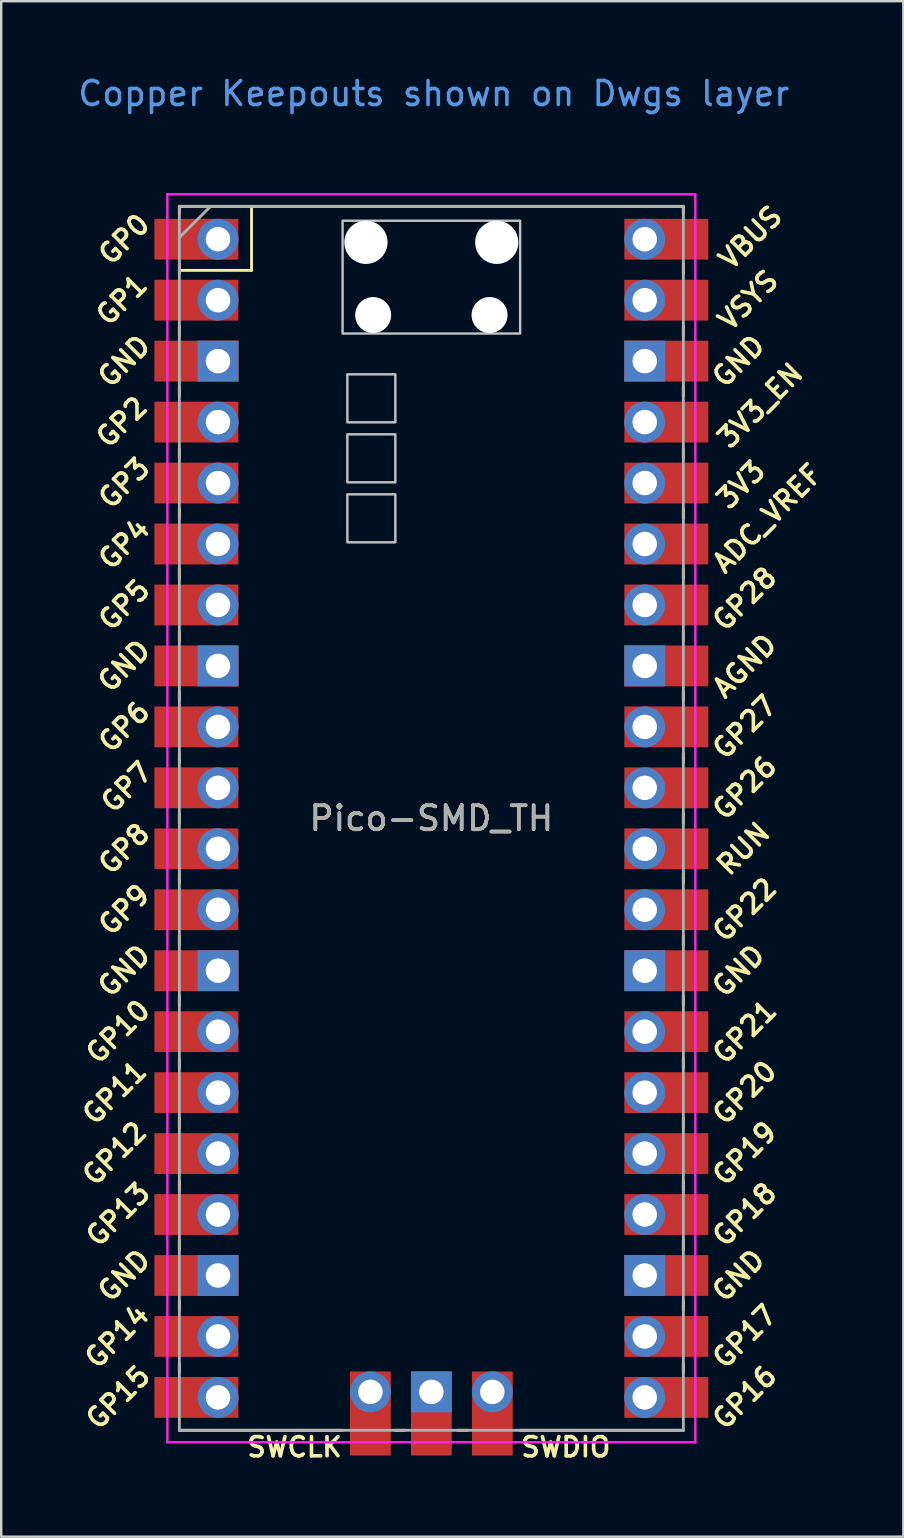
<source format=kicad_pcb>
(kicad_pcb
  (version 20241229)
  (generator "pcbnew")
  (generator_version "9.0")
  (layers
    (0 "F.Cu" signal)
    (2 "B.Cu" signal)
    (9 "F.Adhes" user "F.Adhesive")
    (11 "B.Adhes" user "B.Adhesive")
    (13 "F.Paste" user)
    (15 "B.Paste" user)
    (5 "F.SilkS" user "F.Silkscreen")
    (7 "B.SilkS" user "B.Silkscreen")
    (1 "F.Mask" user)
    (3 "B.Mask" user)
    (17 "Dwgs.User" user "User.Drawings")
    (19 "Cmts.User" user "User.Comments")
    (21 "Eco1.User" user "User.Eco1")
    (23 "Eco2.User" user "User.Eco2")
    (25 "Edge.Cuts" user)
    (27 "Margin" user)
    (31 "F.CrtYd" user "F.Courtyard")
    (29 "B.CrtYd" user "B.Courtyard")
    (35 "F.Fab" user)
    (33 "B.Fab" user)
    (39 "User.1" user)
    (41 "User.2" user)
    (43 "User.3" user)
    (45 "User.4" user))
  (footprint "Pico-SMD_TH"
    (layer "F.Cu")
    (at 14.924 31.048)
    (property "Reference" "Pico-SMD_TH" (at 0 0 0) (layer "F.SilkS") (effects (font (size 1 1) (thickness 0.15))))
    (attr through_hole)
    (fp_line (start -10.5 -25.5) (end -10.5 -25.2) (stroke (width 0.12) (type solid)) (layer "F.SilkS"))
    (fp_line (start -10.5 -25.5) (end 10.5 -25.5) (stroke (width 0.12) (type solid)) (layer "F.SilkS"))
    (fp_line (start -10.5 -23.1) (end -10.5 -22.7) (stroke (width 0.12) (type solid)) (layer "F.SilkS"))
    (fp_line (start -10.5 -22.833) (end -7.493 -22.833) (stroke (width 0.12) (type solid)) (layer "F.SilkS"))
    (fp_line (start -10.5 -20.5) (end -10.5 -20.1) (stroke (width 0.12) (type solid)) (layer "F.SilkS"))
    (fp_line (start -10.5 -18) (end -10.5 -17.6) (stroke (width 0.12) (type solid)) (layer "F.SilkS"))
    (fp_line (start -10.5 -15.4) (end -10.5 -15) (stroke (width 0.12) (type solid)) (layer "F.SilkS"))
    (fp_line (start -10.5 -12.9) (end -10.5 -12.5) (stroke (width 0.12) (type solid)) (layer "F.SilkS"))
    (fp_line (start -10.5 -10.4) (end -10.5 -10) (stroke (width 0.12) (type solid)) (layer "F.SilkS"))
    (fp_line (start -10.5 -7.8) (end -10.5 -7.4) (stroke (width 0.12) (type solid)) (layer "F.SilkS"))
    (fp_line (start -10.5 -5.3) (end -10.5 -4.9) (stroke (width 0.12) (type solid)) (layer "F.SilkS"))
    (fp_line (start -10.5 -2.7) (end -10.5 -2.3) (stroke (width 0.12) (type solid)) (layer "F.SilkS"))
    (fp_line (start -10.5 -0.2) (end -10.5 0.2) (stroke (width 0.12) (type solid)) (layer "F.SilkS"))
    (fp_line (start -10.5 2.3) (end -10.5 2.7) (stroke (width 0.12) (type solid)) (layer "F.SilkS"))
    (fp_line (start -10.5 4.9) (end -10.5 5.3) (stroke (width 0.12) (type solid)) (layer "F.SilkS"))
    (fp_line (start -10.5 7.4) (end -10.5 7.8) (stroke (width 0.12) (type solid)) (layer "F.SilkS"))
    (fp_line (start -10.5 10) (end -10.5 10.4) (stroke (width 0.12) (type solid)) (layer "F.SilkS"))
    (fp_line (start -10.5 12.5) (end -10.5 12.9) (stroke (width 0.12) (type solid)) (layer "F.SilkS"))
    (fp_line (start -10.5 15.1) (end -10.5 15.5) (stroke (width 0.12) (type solid)) (layer "F.SilkS"))
    (fp_line (start -10.5 17.6) (end -10.5 18) (stroke (width 0.12) (type solid)) (layer "F.SilkS"))
    (fp_line (start -10.5 20.1) (end -10.5 20.5) (stroke (width 0.12) (type solid)) (layer "F.SilkS"))
    (fp_line (start -10.5 22.7) (end -10.5 23.1) (stroke (width 0.12) (type solid)) (layer "F.SilkS"))
    (fp_line (start -7.493 -22.833) (end -7.493 -25.5) (stroke (width 0.12) (type solid)) (layer "F.SilkS"))
    (fp_line (start -3.7 25.5) (end -10.5 25.5) (stroke (width 0.12) (type solid)) (layer "F.SilkS"))
    (fp_line (start -1.5 25.5) (end -1.1 25.5) (stroke (width 0.12) (type solid)) (layer "F.SilkS"))
    (fp_line (start 1.1 25.5) (end 1.5 25.5) (stroke (width 0.12) (type solid)) (layer "F.SilkS"))
    (fp_line (start 10.5 -25.5) (end 10.5 -25.2) (stroke (width 0.12) (type solid)) (layer "F.SilkS"))
    (fp_line (start 10.5 -23.1) (end 10.5 -22.7) (stroke (width 0.12) (type solid)) (layer "F.SilkS"))
    (fp_line (start 10.5 -20.5) (end 10.5 -20.1) (stroke (width 0.12) (type solid)) (layer "F.SilkS"))
    (fp_line (start 10.5 -18) (end 10.5 -17.6) (stroke (width 0.12) (type solid)) (layer "F.SilkS"))
    (fp_line (start 10.5 -15.4) (end 10.5 -15) (stroke (width 0.12) (type solid)) (layer "F.SilkS"))
    (fp_line (start 10.5 -12.9) (end 10.5 -12.5) (stroke (width 0.12) (type solid)) (layer "F.SilkS"))
    (fp_line (start 10.5 -10.4) (end 10.5 -10) (stroke (width 0.12) (type solid)) (layer "F.SilkS"))
    (fp_line (start 10.5 -7.8) (end 10.5 -7.4) (stroke (width 0.12) (type solid)) (layer "F.SilkS"))
    (fp_line (start 10.5 -5.3) (end 10.5 -4.9) (stroke (width 0.12) (type solid)) (layer "F.SilkS"))
    (fp_line (start 10.5 -2.7) (end 10.5 -2.3) (stroke (width 0.12) (type solid)) (layer "F.SilkS"))
    (fp_line (start 10.5 -0.2) (end 10.5 0.2) (stroke (width 0.12) (type solid)) (layer "F.SilkS"))
    (fp_line (start 10.5 2.3) (end 10.5 2.7) (stroke (width 0.12) (type solid)) (layer "F.SilkS"))
    (fp_line (start 10.5 4.9) (end 10.5 5.3) (stroke (width 0.12) (type solid)) (layer "F.SilkS"))
    (fp_line (start 10.5 7.4) (end 10.5 7.8) (stroke (width 0.12) (type solid)) (layer "F.SilkS"))
    (fp_line (start 10.5 10) (end 10.5 10.4) (stroke (width 0.12) (type solid)) (layer "F.SilkS"))
    (fp_line (start 10.5 12.5) (end 10.5 12.9) (stroke (width 0.12) (type solid)) (layer "F.SilkS"))
    (fp_line (start 10.5 15.1) (end 10.5 15.5) (stroke (width 0.12) (type solid)) (layer "F.SilkS"))
    (fp_line (start 10.5 17.6) (end 10.5 18) (stroke (width 0.12) (type solid)) (layer "F.SilkS"))
    (fp_line (start 10.5 20.1) (end 10.5 20.5) (stroke (width 0.12) (type solid)) (layer "F.SilkS"))
    (fp_line (start 10.5 22.7) (end 10.5 23.1) (stroke (width 0.12) (type solid)) (layer "F.SilkS"))
    (fp_line (start 10.5 25.5) (end 3.7 25.5) (stroke (width 0.12) (type solid)) (layer "F.SilkS"))
    (fp_poly (pts (xy -1.5 -16.5) (xy -3.5 -16.5) (xy -3.5 -18.5) (xy -1.5 -18.5)) (stroke (width 0.1) (type solid)) (fill no) (layer "Dwgs.User"))
    (fp_poly (pts (xy -1.5 -14) (xy -3.5 -14) (xy -3.5 -16) (xy -1.5 -16)) (stroke (width 0.1) (type solid)) (fill no) (layer "Dwgs.User"))
    (fp_poly (pts (xy -1.5 -11.5) (xy -3.5 -11.5) (xy -3.5 -13.5) (xy -1.5 -13.5)) (stroke (width 0.1) (type solid)) (fill no) (layer "Dwgs.User"))
    (fp_poly (pts (xy 3.7 -20.2) (xy -3.7 -20.2) (xy -3.7 -24.9) (xy 3.7 -24.9)) (stroke (width 0.1) (type solid)) (fill no) (layer "Dwgs.User"))
    (fp_line (start -11 -26) (end 11 -26) (stroke (width 0.1) (type solid)) (layer "F.CrtYd"))
    (fp_line (start -11 26) (end -11 -26) (stroke (width 0.1) (type solid)) (layer "F.CrtYd"))
    (fp_line (start 11 -26) (end 11 26) (stroke (width 0.1) (type solid)) (layer "F.CrtYd"))
    (fp_line (start 11 26) (end -11 26) (stroke (width 0.1) (type solid)) (layer "F.CrtYd"))
    (fp_line (start -10.5 -25.5) (end 10.5 -25.5) (stroke (width 0.12) (type solid)) (layer "F.Fab"))
    (fp_line (start -10.5 -24.2) (end -9.2 -25.5) (stroke (width 0.12) (type solid)) (layer "F.Fab"))
    (fp_line (start -10.5 25.5) (end -10.5 -25.5) (stroke (width 0.12) (type solid)) (layer "F.Fab"))
    (fp_line (start 10.5 -25.5) (end 10.5 25.5) (stroke (width 0.12) (type solid)) (layer "F.Fab"))
    (fp_line (start 10.5 25.5) (end -10.5 25.5) (stroke (width 0.12) (type solid)) (layer "F.Fab"))
    (fp_text user "GP0" (at -12.8 -24.13 45) (layer "F.SilkS") (effects (font (size 0.8 0.8) (thickness 0.15))))
    (fp_text user "GND" (at 12.8 19.05 45) (layer "F.SilkS") (effects (font (size 0.8 0.8) (thickness 0.15))))
    (fp_text user "GND" (at -12.8 -19.05 45) (layer "F.SilkS") (effects (font (size 0.8 0.8) (thickness 0.15))))
    (fp_text user "GND" (at -12.8 -6.35 45) (layer "F.SilkS") (effects (font (size 0.8 0.8) (thickness 0.15))))
    (fp_text user "VBUS" (at 13.3 -24.2 45) (layer "F.SilkS") (effects (font (size 0.8 0.8) (thickness 0.15))))
    (fp_text user "GP12" (at -13.2 13.97 45) (layer "F.SilkS") (effects (font (size 0.8 0.8) (thickness 0.15))))
    (fp_text user "GP28" (at 13.054 -9.144 45) (layer "F.SilkS") (effects (font (size 0.8 0.8) (thickness 0.15))))
    (fp_text user "AGND" (at 13.054 -6.35 45) (layer "F.SilkS") (effects (font (size 0.8 0.8) (thickness 0.15))))
    (fp_text user "GP11" (at -13.2 11.43 45) (layer "F.SilkS") (effects (font (size 0.8 0.8) (thickness 0.15))))
    (fp_text user "GP16" (at 13.054 24.13 45) (layer "F.SilkS") (effects (font (size 0.8 0.8) (thickness 0.15))))
    (fp_text user "GP20" (at 13.054 11.43 45) (layer "F.SilkS") (effects (font (size 0.8 0.8) (thickness 0.15))))
    (fp_text user "GP17" (at 13.054 21.59 45) (layer "F.SilkS") (effects (font (size 0.8 0.8) (thickness 0.15))))
    (fp_text user "GND" (at 12.8 6.35 45) (layer "F.SilkS") (effects (font (size 0.8 0.8) (thickness 0.15))))
    (fp_text user "GP27" (at 13.054 -3.8 45) (layer "F.SilkS") (effects (font (size 0.8 0.8) (thickness 0.15))))
    (fp_text user "GP22" (at 13.054 3.81 45) (layer "F.SilkS") (effects (font (size 0.8 0.8) (thickness 0.15))))
    (fp_text user "GP5" (at -12.8 -8.89 45) (layer "F.SilkS") (effects (font (size 0.8 0.8) (thickness 0.15))))
    (fp_text user "RUN" (at 13 1.27 45) (layer "F.SilkS") (effects (font (size 0.8 0.8) (thickness 0.15))))
    (fp_text user "GP3" (at -12.8 -13.97 45) (layer "F.SilkS") (effects (font (size 0.8 0.8) (thickness 0.15))))
    (fp_text user "GP6" (at -12.8 -3.81 45) (layer "F.SilkS") (effects (font (size 0.8 0.8) (thickness 0.15))))
    (fp_text user "GP4" (at -12.8 -11.43 45) (layer "F.SilkS") (effects (font (size 0.8 0.8) (thickness 0.15))))
    (fp_text user "SWCLK" (at -5.7 26.2 0) (layer "F.SilkS") (effects (font (size 0.8 0.8) (thickness 0.15))))
    (fp_text user "GP18" (at 13.054 16.51 45) (layer "F.SilkS") (effects (font (size 0.8 0.8) (thickness 0.15))))
    (fp_text user "GND" (at 12.8 -19.05 45) (layer "F.SilkS") (effects (font (size 0.8 0.8) (thickness 0.15))))
    (fp_text user "GP13" (at -13.054 16.51 45) (layer "F.SilkS") (effects (font (size 0.8 0.8) (thickness 0.15))))
    (fp_text user "GP26" (at 13.054 -1.27 45) (layer "F.SilkS") (effects (font (size 0.8 0.8) (thickness 0.15))))
    (fp_text user "GP14" (at -13.1 21.59 45) (layer "F.SilkS") (effects (font (size 0.8 0.8) (thickness 0.15))))
    (fp_text user "VSYS" (at 13.2 -21.59 45) (layer "F.SilkS") (effects (font (size 0.8 0.8) (thickness 0.15))))
    (fp_text user "GND" (at -12.8 6.35 45) (layer "F.SilkS") (effects (font (size 0.8 0.8) (thickness 0.15))))
    (fp_text user "GP1" (at -12.9 -21.6 45) (layer "F.SilkS") (effects (font (size 0.8 0.8) (thickness 0.15))))
    (fp_text user "GP10" (at -13.054 8.89 45) (layer "F.SilkS") (effects (font (size 0.8 0.8) (thickness 0.15))))
    (fp_text user "GP2" (at -12.9 -16.51 45) (layer "F.SilkS") (effects (font (size 0.8 0.8) (thickness 0.15))))
    (fp_text user "3V3" (at 12.9 -13.9 45) (layer "F.SilkS") (effects (font (size 0.8 0.8) (thickness 0.15))))
    (fp_text user "GND" (at -12.8 19.05 45) (layer "F.SilkS") (effects (font (size 0.8 0.8) (thickness 0.15))))
    (fp_text user "SWDIO" (at 5.6 26.2 0) (layer "F.SilkS") (effects (font (size 0.8 0.8) (thickness 0.15))))
    (fp_text user "3V3_EN" (at 13.7 -17.2 45) (layer "F.SilkS") (effects (font (size 0.8 0.8) (thickness 0.15))))
    (fp_text user "GP15" (at -13.054 24.13 45) (layer "F.SilkS") (effects (font (size 0.8 0.8) (thickness 0.15))))
    (fp_text user "GP7" (at -12.7 -1.3 45) (layer "F.SilkS") (effects (font (size 0.8 0.8) (thickness 0.15))))
    (fp_text user "ADC_VREF" (at 14 -12.5 45) (layer "F.SilkS") (effects (font (size 0.8 0.8) (thickness 0.15))))
    (fp_text user "GP19" (at 13.054 13.97 45) (layer "F.SilkS") (effects (font (size 0.8 0.8) (thickness 0.15))))
    (fp_text user "GP21" (at 13.054 8.9 45) (layer "F.SilkS") (effects (font (size 0.8 0.8) (thickness 0.15))))
    (fp_text user "GP9" (at -12.8 3.81 45) (layer "F.SilkS") (effects (font (size 0.8 0.8) (thickness 0.15))))
    (fp_text user "GP8" (at -12.8 1.27 45) (layer "F.SilkS") (effects (font (size 0.8 0.8) (thickness 0.15))))
    (fp_text user "Copper Keepouts shown on Dwgs layer" (at 0.1 -30.2 0) (layer "Cmts.User") (effects (font (size 1 1) (thickness 0.15))))
    (fp_text user "${REFERENCE}" (at 0 0 180) (layer "F.Fab") (effects (font (size 1 1) (thickness 0.15))))
    (pad "" np_thru_hole oval (at -2.725 -24) (size 1.8 1.8) (drill 1.8) (layers "*.Cu" "*.Mask"))
    (pad "" np_thru_hole oval (at -2.425 -20.97) (size 1.5 1.5) (drill 1.5) (layers "*.Cu" "*.Mask"))
    (pad "" np_thru_hole oval (at 2.425 -20.97) (size 1.5 1.5) (drill 1.5) (layers "*.Cu" "*.Mask"))
    (pad "" np_thru_hole oval (at 2.725 -24) (size 1.8 1.8) (drill 1.8) (layers "*.Cu" "*.Mask"))
    (pad "1" thru_hole oval (at -8.89 -24.13) (size 1.7 1.7) (drill 1.02) (layers "*.Cu" "*.Mask"))
    (pad "1" smd rect (at -8.89 -24.13) (size 3.5 1.7) (drill (offset -0.9 0)) (layers "F.Cu" "F.Mask"))
    (pad "2" thru_hole oval (at -8.89 -21.59) (size 1.7 1.7) (drill 1.02) (layers "*.Cu" "*.Mask"))
    (pad "2" smd rect (at -8.89 -21.59) (size 3.5 1.7) (drill (offset -0.9 0)) (layers "F.Cu" "F.Mask"))
    (pad "3" thru_hole rect (at -8.89 -19.05) (size 1.7 1.7) (drill 1.02) (layers "*.Cu" "*.Mask"))
    (pad "3" smd rect (at -8.89 -19.05) (size 3.5 1.7) (drill (offset -0.9 0)) (layers "F.Cu" "F.Mask"))
    (pad "4" thru_hole oval (at -8.89 -16.51) (size 1.7 1.7) (drill 1.02) (layers "*.Cu" "*.Mask"))
    (pad "4" smd rect (at -8.89 -16.51) (size 3.5 1.7) (drill (offset -0.9 0)) (layers "F.Cu" "F.Mask"))
    (pad "5" thru_hole oval (at -8.89 -13.97) (size 1.7 1.7) (drill 1.02) (layers "*.Cu" "*.Mask"))
    (pad "5" smd rect (at -8.89 -13.97) (size 3.5 1.7) (drill (offset -0.9 0)) (layers "F.Cu" "F.Mask"))
    (pad "6" thru_hole oval (at -8.89 -11.43) (size 1.7 1.7) (drill 1.02) (layers "*.Cu" "*.Mask"))
    (pad "6" smd rect (at -8.89 -11.43) (size 3.5 1.7) (drill (offset -0.9 0)) (layers "F.Cu" "F.Mask"))
    (pad "7" thru_hole oval (at -8.89 -8.89) (size 1.7 1.7) (drill 1.02) (layers "*.Cu" "*.Mask"))
    (pad "7" smd rect (at -8.89 -8.89) (size 3.5 1.7) (drill (offset -0.9 0)) (layers "F.Cu" "F.Mask"))
    (pad "8" thru_hole rect (at -8.89 -6.35) (size 1.7 1.7) (drill 1.02) (layers "*.Cu" "*.Mask"))
    (pad "8" smd rect (at -8.89 -6.35) (size 3.5 1.7) (drill (offset -0.9 0)) (layers "F.Cu" "F.Mask"))
    (pad "9" thru_hole oval (at -8.89 -3.81) (size 1.7 1.7) (drill 1.02) (layers "*.Cu" "*.Mask"))
    (pad "9" smd rect (at -8.89 -3.81) (size 3.5 1.7) (drill (offset -0.9 0)) (layers "F.Cu" "F.Mask"))
    (pad "10" thru_hole oval (at -8.89 -1.27) (size 1.7 1.7) (drill 1.02) (layers "*.Cu" "*.Mask"))
    (pad "10" smd rect (at -8.89 -1.27) (size 3.5 1.7) (drill (offset -0.9 0)) (layers "F.Cu" "F.Mask"))
    (pad "11" thru_hole oval (at -8.89 1.27) (size 1.7 1.7) (drill 1.02) (layers "*.Cu" "*.Mask"))
    (pad "11" smd rect (at -8.89 1.27) (size 3.5 1.7) (drill (offset -0.9 0)) (layers "F.Cu" "F.Mask"))
    (pad "12" thru_hole oval (at -8.89 3.81) (size 1.7 1.7) (drill 1.02) (layers "*.Cu" "*.Mask"))
    (pad "12" smd rect (at -8.89 3.81) (size 3.5 1.7) (drill (offset -0.9 0)) (layers "F.Cu" "F.Mask"))
    (pad "13" thru_hole rect (at -8.89 6.35) (size 1.7 1.7) (drill 1.02) (layers "*.Cu" "*.Mask"))
    (pad "13" smd rect (at -8.89 6.35) (size 3.5 1.7) (drill (offset -0.9 0)) (layers "F.Cu" "F.Mask"))
    (pad "14" thru_hole oval (at -8.89 8.89) (size 1.7 1.7) (drill 1.02) (layers "*.Cu" "*.Mask"))
    (pad "14" smd rect (at -8.89 8.89) (size 3.5 1.7) (drill (offset -0.9 0)) (layers "F.Cu" "F.Mask"))
    (pad "15" thru_hole oval (at -8.89 11.43) (size 1.7 1.7) (drill 1.02) (layers "*.Cu" "*.Mask"))
    (pad "15" smd rect (at -8.89 11.43) (size 3.5 1.7) (drill (offset -0.9 0)) (layers "F.Cu" "F.Mask"))
    (pad "16" thru_hole oval (at -8.89 13.97) (size 1.7 1.7) (drill 1.02) (layers "*.Cu" "*.Mask"))
    (pad "16" smd rect (at -8.89 13.97) (size 3.5 1.7) (drill (offset -0.9 0)) (layers "F.Cu" "F.Mask"))
    (pad "17" thru_hole oval (at -8.89 16.51) (size 1.7 1.7) (drill 1.02) (layers "*.Cu" "*.Mask"))
    (pad "17" smd rect (at -8.89 16.51) (size 3.5 1.7) (drill (offset -0.9 0)) (layers "F.Cu" "F.Mask"))
    (pad "18" thru_hole rect (at -8.89 19.05) (size 1.7 1.7) (drill 1.02) (layers "*.Cu" "*.Mask"))
    (pad "18" smd rect (at -8.89 19.05) (size 3.5 1.7) (drill (offset -0.9 0)) (layers "F.Cu" "F.Mask"))
    (pad "19" thru_hole oval (at -8.89 21.59) (size 1.7 1.7) (drill 1.02) (layers "*.Cu" "*.Mask"))
    (pad "19" smd rect (at -8.89 21.59) (size 3.5 1.7) (drill (offset -0.9 0)) (layers "F.Cu" "F.Mask"))
    (pad "20" thru_hole oval (at -8.89 24.13) (size 1.7 1.7) (drill 1.02) (layers "*.Cu" "*.Mask"))
    (pad "20" smd rect (at -8.89 24.13) (size 3.5 1.7) (drill (offset -0.9 0)) (layers "F.Cu" "F.Mask"))
    (pad "21" thru_hole oval (at 8.89 24.13) (size 1.7 1.7) (drill 1.02) (layers "*.Cu" "*.Mask"))
    (pad "21" smd rect (at 8.89 24.13) (size 3.5 1.7) (drill (offset 0.9 0)) (layers "F.Cu" "F.Mask"))
    (pad "22" thru_hole oval (at 8.89 21.59) (size 1.7 1.7) (drill 1.02) (layers "*.Cu" "*.Mask"))
    (pad "22" smd rect (at 8.89 21.59) (size 3.5 1.7) (drill (offset 0.9 0)) (layers "F.Cu" "F.Mask"))
    (pad "23" thru_hole rect (at 8.89 19.05) (size 1.7 1.7) (drill 1.02) (layers "*.Cu" "*.Mask"))
    (pad "23" smd rect (at 8.89 19.05) (size 3.5 1.7) (drill (offset 0.9 0)) (layers "F.Cu" "F.Mask"))
    (pad "24" thru_hole oval (at 8.89 16.51) (size 1.7 1.7) (drill 1.02) (layers "*.Cu" "*.Mask"))
    (pad "24" smd rect (at 8.89 16.51) (size 3.5 1.7) (drill (offset 0.9 0)) (layers "F.Cu" "F.Mask"))
    (pad "25" thru_hole oval (at 8.89 13.97) (size 1.7 1.7) (drill 1.02) (layers "*.Cu" "*.Mask"))
    (pad "25" smd rect (at 8.89 13.97) (size 3.5 1.7) (drill (offset 0.9 0)) (layers "F.Cu" "F.Mask"))
    (pad "26" thru_hole oval (at 8.89 11.43) (size 1.7 1.7) (drill 1.02) (layers "*.Cu" "*.Mask"))
    (pad "26" smd rect (at 8.89 11.43) (size 3.5 1.7) (drill (offset 0.9 0)) (layers "F.Cu" "F.Mask"))
    (pad "27" thru_hole oval (at 8.89 8.89) (size 1.7 1.7) (drill 1.02) (layers "*.Cu" "*.Mask"))
    (pad "27" smd rect (at 8.89 8.89) (size 3.5 1.7) (drill (offset 0.9 0)) (layers "F.Cu" "F.Mask"))
    (pad "28" thru_hole rect (at 8.89 6.35) (size 1.7 1.7) (drill 1.02) (layers "*.Cu" "*.Mask"))
    (pad "28" smd rect (at 8.89 6.35) (size 3.5 1.7) (drill (offset 0.9 0)) (layers "F.Cu" "F.Mask"))
    (pad "29" thru_hole oval (at 8.89 3.81) (size 1.7 1.7) (drill 1.02) (layers "*.Cu" "*.Mask"))
    (pad "29" smd rect (at 8.89 3.81) (size 3.5 1.7) (drill (offset 0.9 0)) (layers "F.Cu" "F.Mask"))
    (pad "30" thru_hole oval (at 8.89 1.27) (size 1.7 1.7) (drill 1.02) (layers "*.Cu" "*.Mask"))
    (pad "30" smd rect (at 8.89 1.27) (size 3.5 1.7) (drill (offset 0.9 0)) (layers "F.Cu" "F.Mask"))
    (pad "31" thru_hole oval (at 8.89 -1.27) (size 1.7 1.7) (drill 1.02) (layers "*.Cu" "*.Mask"))
    (pad "31" smd rect (at 8.89 -1.27) (size 3.5 1.7) (drill (offset 0.9 0)) (layers "F.Cu" "F.Mask"))
    (pad "32" thru_hole oval (at 8.89 -3.81) (size 1.7 1.7) (drill 1.02) (layers "*.Cu" "*.Mask"))
    (pad "32" smd rect (at 8.89 -3.81) (size 3.5 1.7) (drill (offset 0.9 0)) (layers "F.Cu" "F.Mask"))
    (pad "33" thru_hole rect (at 8.89 -6.35) (size 1.7 1.7) (drill 1.02) (layers "*.Cu" "*.Mask"))
    (pad "33" smd rect (at 8.89 -6.35) (size 3.5 1.7) (drill (offset 0.9 0)) (layers "F.Cu" "F.Mask"))
    (pad "34" thru_hole oval (at 8.89 -8.89) (size 1.7 1.7) (drill 1.02) (layers "*.Cu" "*.Mask"))
    (pad "34" smd rect (at 8.89 -8.89) (size 3.5 1.7) (drill (offset 0.9 0)) (layers "F.Cu" "F.Mask"))
    (pad "35" thru_hole oval (at 8.89 -11.43) (size 1.7 1.7) (drill 1.02) (layers "*.Cu" "*.Mask"))
    (pad "35" smd rect (at 8.89 -11.43) (size 3.5 1.7) (drill (offset 0.9 0)) (layers "F.Cu" "F.Mask"))
    (pad "36" thru_hole oval (at 8.89 -13.97) (size 1.7 1.7) (drill 1.02) (layers "*.Cu" "*.Mask"))
    (pad "36" smd rect (at 8.89 -13.97) (size 3.5 1.7) (drill (offset 0.9 0)) (layers "F.Cu" "F.Mask"))
    (pad "37" thru_hole oval (at 8.89 -16.51) (size 1.7 1.7) (drill 1.02) (layers "*.Cu" "*.Mask"))
    (pad "37" smd rect (at 8.89 -16.51) (size 3.5 1.7) (drill (offset 0.9 0)) (layers "F.Cu" "F.Mask"))
    (pad "38" thru_hole rect (at 8.89 -19.05) (size 1.7 1.7) (drill 1.02) (layers "*.Cu" "*.Mask"))
    (pad "38" smd rect (at 8.89 -19.05) (size 3.5 1.7) (drill (offset 0.9 0)) (layers "F.Cu" "F.Mask"))
    (pad "39" thru_hole oval (at 8.89 -21.59) (size 1.7 1.7) (drill 1.02) (layers "*.Cu" "*.Mask"))
    (pad "39" smd rect (at 8.89 -21.59) (size 3.5 1.7) (drill (offset 0.9 0)) (layers "F.Cu" "F.Mask"))
    (pad "40" thru_hole oval (at 8.89 -24.13) (size 1.7 1.7) (drill 1.02) (layers "*.Cu" "*.Mask"))
    (pad "40" smd rect (at 8.89 -24.13) (size 3.5 1.7) (drill (offset 0.9 0)) (layers "F.Cu" "F.Mask"))
    (pad "41" thru_hole oval (at -2.54 23.9) (size 1.7 1.7) (drill 1.02) (layers "*.Cu" "*.Mask"))
    (pad "41" smd rect (at -2.54 23.9 90) (size 3.5 1.7) (drill (offset -0.9 0)) (layers "F.Cu" "F.Mask"))
    (pad "42" thru_hole rect (at 0 23.9) (size 1.7 1.7) (drill 1.02) (layers "*.Cu" "*.Mask"))
    (pad "42" smd rect (at 0 23.9 90) (size 3.5 1.7) (drill (offset -0.9 0)) (layers "F.Cu" "F.Mask"))
    (pad "43" thru_hole oval (at 2.54 23.9) (size 1.7 1.7) (drill 1.02) (layers "*.Cu" "*.Mask"))
    (pad "43" smd rect (at 2.54 23.9 90) (size 3.5 1.7) (drill (offset -0.9 0)) (layers "F.Cu" "F.Mask")))
  (gr_rect
    (start -3 -3)
    (end 34.591 60.98)
    (stroke (width 0.1) (type default))
    (fill no)
    (layer "Edge.Cuts")))
</source>
